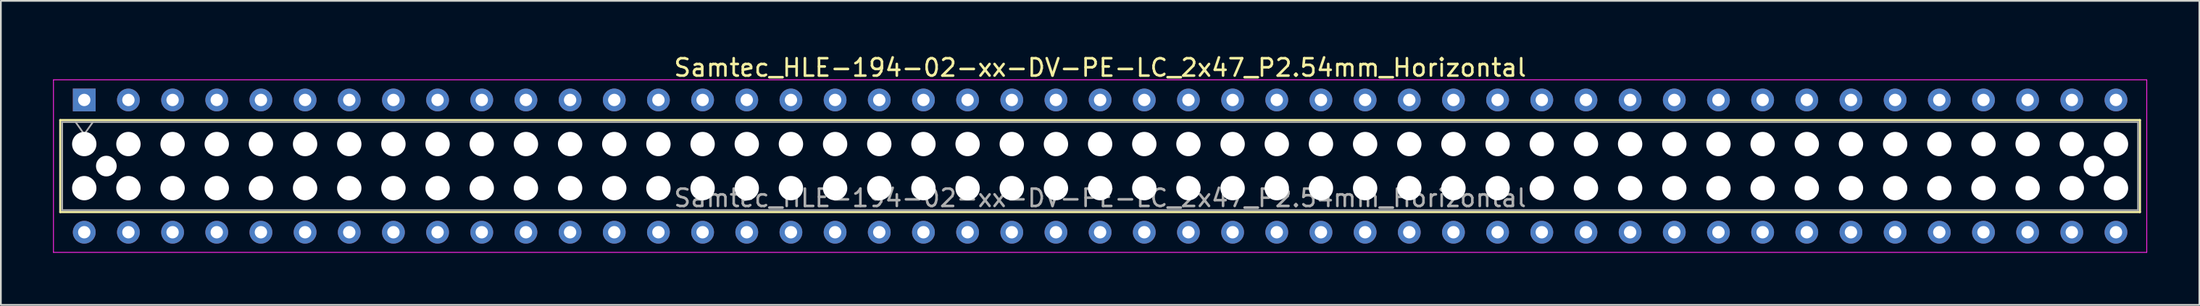
<source format=kicad_pcb>
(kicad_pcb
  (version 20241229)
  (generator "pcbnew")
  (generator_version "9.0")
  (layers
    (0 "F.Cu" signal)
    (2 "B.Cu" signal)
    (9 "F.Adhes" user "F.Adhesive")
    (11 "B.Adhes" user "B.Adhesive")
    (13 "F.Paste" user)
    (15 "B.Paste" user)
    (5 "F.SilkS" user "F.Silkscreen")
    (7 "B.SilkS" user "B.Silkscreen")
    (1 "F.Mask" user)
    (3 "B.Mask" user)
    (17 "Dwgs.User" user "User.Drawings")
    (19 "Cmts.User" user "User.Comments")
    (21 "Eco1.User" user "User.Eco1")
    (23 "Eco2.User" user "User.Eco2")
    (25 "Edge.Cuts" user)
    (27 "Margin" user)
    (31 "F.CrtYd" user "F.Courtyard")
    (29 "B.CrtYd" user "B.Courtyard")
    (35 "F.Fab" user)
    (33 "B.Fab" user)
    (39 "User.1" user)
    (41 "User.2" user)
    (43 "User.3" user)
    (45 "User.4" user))
  (footprint "Samtec_HLE-194-02-xx-DV-PE-LC_2x47_P2.54mm_Horizontal"
    (layer "F.Cu")
    (at 1.795 2.708)
    (property "Reference" "Samtec_HLE-194-02-xx-DV-PE-LC_2x47_P2.54mm_Horizontal" (at 58.42 -1.86 0) (layer "F.SilkS") (effects (font (size 1 1) (thickness 0.15))))
    (attr through_hole)
    (fp_line (start -1.38 1.16) (end 118.22 1.16) (stroke (width 0.12) (type solid)) (layer "F.SilkS"))
    (fp_line (start -1.38 6.46) (end -1.38 1.16) (stroke (width 0.12) (type solid)) (layer "F.SilkS"))
    (fp_line (start 118.22 1.16) (end 118.22 6.46) (stroke (width 0.12) (type solid)) (layer "F.SilkS"))
    (fp_line (start 118.22 6.46) (end -1.38 6.46) (stroke (width 0.12) (type solid)) (layer "F.SilkS"))
    (fp_line (start -1.77 -1.16) (end 118.61 -1.16) (stroke (width 0.05) (type solid)) (layer "F.CrtYd"))
    (fp_line (start -1.77 8.78) (end -1.77 -1.16) (stroke (width 0.05) (type solid)) (layer "F.CrtYd"))
    (fp_line (start 118.61 -1.16) (end 118.61 8.78) (stroke (width 0.05) (type solid)) (layer "F.CrtYd"))
    (fp_line (start 118.61 8.78) (end -1.77 8.78) (stroke (width 0.05) (type solid)) (layer "F.CrtYd"))
    (fp_line (start -1.27 1.27) (end 118.11 1.27) (stroke (width 0.1) (type solid)) (layer "F.Fab"))
    (fp_line (start -1.27 6.35) (end -1.27 1.27) (stroke (width 0.1) (type solid)) (layer "F.Fab"))
    (fp_line (start -0.5 1.27) (end 0 1.977) (stroke (width 0.1) (type solid)) (layer "F.Fab"))
    (fp_line (start 0 1.977) (end 0.5 1.27) (stroke (width 0.1) (type solid)) (layer "F.Fab"))
    (fp_line (start 118.11 1.27) (end 118.11 6.35) (stroke (width 0.1) (type solid)) (layer "F.Fab"))
    (fp_line (start 118.11 6.35) (end -1.27 6.35) (stroke (width 0.1) (type solid)) (layer "F.Fab"))
    (fp_text user "${REFERENCE}" (at 58.42 5.65 0) (layer "F.Fab") (effects (font (size 1 1) (thickness 0.15))))
    (pad "" np_thru_hole circle (at 0 2.54) (size 1.4 1.4) (drill 1.4) (layers "*.Cu" "*.Mask"))
    (pad "" np_thru_hole circle (at 0 5.08) (size 1.4 1.4) (drill 1.4) (layers "*.Cu" "*.Mask"))
    (pad "" np_thru_hole circle (at 1.27 3.81) (size 1.19 1.19) (drill 1.19) (layers "*.Cu" "*.Mask"))
    (pad "" np_thru_hole circle (at 2.54 2.54) (size 1.4 1.4) (drill 1.4) (layers "*.Cu" "*.Mask"))
    (pad "" np_thru_hole circle (at 2.54 5.08) (size 1.4 1.4) (drill 1.4) (layers "*.Cu" "*.Mask"))
    (pad "" np_thru_hole circle (at 5.08 2.54) (size 1.4 1.4) (drill 1.4) (layers "*.Cu" "*.Mask"))
    (pad "" np_thru_hole circle (at 5.08 5.08) (size 1.4 1.4) (drill 1.4) (layers "*.Cu" "*.Mask"))
    (pad "" np_thru_hole circle (at 7.62 2.54) (size 1.4 1.4) (drill 1.4) (layers "*.Cu" "*.Mask"))
    (pad "" np_thru_hole circle (at 7.62 5.08) (size 1.4 1.4) (drill 1.4) (layers "*.Cu" "*.Mask"))
    (pad "" np_thru_hole circle (at 10.16 2.54) (size 1.4 1.4) (drill 1.4) (layers "*.Cu" "*.Mask"))
    (pad "" np_thru_hole circle (at 10.16 5.08) (size 1.4 1.4) (drill 1.4) (layers "*.Cu" "*.Mask"))
    (pad "" np_thru_hole circle (at 12.7 2.54) (size 1.4 1.4) (drill 1.4) (layers "*.Cu" "*.Mask"))
    (pad "" np_thru_hole circle (at 12.7 5.08) (size 1.4 1.4) (drill 1.4) (layers "*.Cu" "*.Mask"))
    (pad "" np_thru_hole circle (at 15.24 2.54) (size 1.4 1.4) (drill 1.4) (layers "*.Cu" "*.Mask"))
    (pad "" np_thru_hole circle (at 15.24 5.08) (size 1.4 1.4) (drill 1.4) (layers "*.Cu" "*.Mask"))
    (pad "" np_thru_hole circle (at 17.78 2.54) (size 1.4 1.4) (drill 1.4) (layers "*.Cu" "*.Mask"))
    (pad "" np_thru_hole circle (at 17.78 5.08) (size 1.4 1.4) (drill 1.4) (layers "*.Cu" "*.Mask"))
    (pad "" np_thru_hole circle (at 20.32 2.54) (size 1.4 1.4) (drill 1.4) (layers "*.Cu" "*.Mask"))
    (pad "" np_thru_hole circle (at 20.32 5.08) (size 1.4 1.4) (drill 1.4) (layers "*.Cu" "*.Mask"))
    (pad "" np_thru_hole circle (at 22.86 2.54) (size 1.4 1.4) (drill 1.4) (layers "*.Cu" "*.Mask"))
    (pad "" np_thru_hole circle (at 22.86 5.08) (size 1.4 1.4) (drill 1.4) (layers "*.Cu" "*.Mask"))
    (pad "" np_thru_hole circle (at 25.4 2.54) (size 1.4 1.4) (drill 1.4) (layers "*.Cu" "*.Mask"))
    (pad "" np_thru_hole circle (at 25.4 5.08) (size 1.4 1.4) (drill 1.4) (layers "*.Cu" "*.Mask"))
    (pad "" np_thru_hole circle (at 27.94 2.54) (size 1.4 1.4) (drill 1.4) (layers "*.Cu" "*.Mask"))
    (pad "" np_thru_hole circle (at 27.94 5.08) (size 1.4 1.4) (drill 1.4) (layers "*.Cu" "*.Mask"))
    (pad "" np_thru_hole circle (at 30.48 2.54) (size 1.4 1.4) (drill 1.4) (layers "*.Cu" "*.Mask"))
    (pad "" np_thru_hole circle (at 30.48 5.08) (size 1.4 1.4) (drill 1.4) (layers "*.Cu" "*.Mask"))
    (pad "" np_thru_hole circle (at 33.02 2.54) (size 1.4 1.4) (drill 1.4) (layers "*.Cu" "*.Mask"))
    (pad "" np_thru_hole circle (at 33.02 5.08) (size 1.4 1.4) (drill 1.4) (layers "*.Cu" "*.Mask"))
    (pad "" np_thru_hole circle (at 35.56 2.54) (size 1.4 1.4) (drill 1.4) (layers "*.Cu" "*.Mask"))
    (pad "" np_thru_hole circle (at 35.56 5.08) (size 1.4 1.4) (drill 1.4) (layers "*.Cu" "*.Mask"))
    (pad "" np_thru_hole circle (at 38.1 2.54) (size 1.4 1.4) (drill 1.4) (layers "*.Cu" "*.Mask"))
    (pad "" np_thru_hole circle (at 38.1 5.08) (size 1.4 1.4) (drill 1.4) (layers "*.Cu" "*.Mask"))
    (pad "" np_thru_hole circle (at 40.64 2.54) (size 1.4 1.4) (drill 1.4) (layers "*.Cu" "*.Mask"))
    (pad "" np_thru_hole circle (at 40.64 5.08) (size 1.4 1.4) (drill 1.4) (layers "*.Cu" "*.Mask"))
    (pad "" np_thru_hole circle (at 43.18 2.54) (size 1.4 1.4) (drill 1.4) (layers "*.Cu" "*.Mask"))
    (pad "" np_thru_hole circle (at 43.18 5.08) (size 1.4 1.4) (drill 1.4) (layers "*.Cu" "*.Mask"))
    (pad "" np_thru_hole circle (at 45.72 2.54) (size 1.4 1.4) (drill 1.4) (layers "*.Cu" "*.Mask"))
    (pad "" np_thru_hole circle (at 45.72 5.08) (size 1.4 1.4) (drill 1.4) (layers "*.Cu" "*.Mask"))
    (pad "" np_thru_hole circle (at 48.26 2.54) (size 1.4 1.4) (drill 1.4) (layers "*.Cu" "*.Mask"))
    (pad "" np_thru_hole circle (at 48.26 5.08) (size 1.4 1.4) (drill 1.4) (layers "*.Cu" "*.Mask"))
    (pad "" np_thru_hole circle (at 50.8 2.54) (size 1.4 1.4) (drill 1.4) (layers "*.Cu" "*.Mask"))
    (pad "" np_thru_hole circle (at 50.8 5.08) (size 1.4 1.4) (drill 1.4) (layers "*.Cu" "*.Mask"))
    (pad "" np_thru_hole circle (at 53.34 2.54) (size 1.4 1.4) (drill 1.4) (layers "*.Cu" "*.Mask"))
    (pad "" np_thru_hole circle (at 53.34 5.08) (size 1.4 1.4) (drill 1.4) (layers "*.Cu" "*.Mask"))
    (pad "" np_thru_hole circle (at 55.88 2.54) (size 1.4 1.4) (drill 1.4) (layers "*.Cu" "*.Mask"))
    (pad "" np_thru_hole circle (at 55.88 5.08) (size 1.4 1.4) (drill 1.4) (layers "*.Cu" "*.Mask"))
    (pad "" np_thru_hole circle (at 58.42 2.54) (size 1.4 1.4) (drill 1.4) (layers "*.Cu" "*.Mask"))
    (pad "" np_thru_hole circle (at 58.42 5.08) (size 1.4 1.4) (drill 1.4) (layers "*.Cu" "*.Mask"))
    (pad "" np_thru_hole circle (at 60.96 2.54) (size 1.4 1.4) (drill 1.4) (layers "*.Cu" "*.Mask"))
    (pad "" np_thru_hole circle (at 60.96 5.08) (size 1.4 1.4) (drill 1.4) (layers "*.Cu" "*.Mask"))
    (pad "" np_thru_hole circle (at 63.5 2.54) (size 1.4 1.4) (drill 1.4) (layers "*.Cu" "*.Mask"))
    (pad "" np_thru_hole circle (at 63.5 5.08) (size 1.4 1.4) (drill 1.4) (layers "*.Cu" "*.Mask"))
    (pad "" np_thru_hole circle (at 66.04 2.54) (size 1.4 1.4) (drill 1.4) (layers "*.Cu" "*.Mask"))
    (pad "" np_thru_hole circle (at 66.04 5.08) (size 1.4 1.4) (drill 1.4) (layers "*.Cu" "*.Mask"))
    (pad "" np_thru_hole circle (at 68.58 2.54) (size 1.4 1.4) (drill 1.4) (layers "*.Cu" "*.Mask"))
    (pad "" np_thru_hole circle (at 68.58 5.08) (size 1.4 1.4) (drill 1.4) (layers "*.Cu" "*.Mask"))
    (pad "" np_thru_hole circle (at 71.12 2.54) (size 1.4 1.4) (drill 1.4) (layers "*.Cu" "*.Mask"))
    (pad "" np_thru_hole circle (at 71.12 5.08) (size 1.4 1.4) (drill 1.4) (layers "*.Cu" "*.Mask"))
    (pad "" np_thru_hole circle (at 73.66 2.54) (size 1.4 1.4) (drill 1.4) (layers "*.Cu" "*.Mask"))
    (pad "" np_thru_hole circle (at 73.66 5.08) (size 1.4 1.4) (drill 1.4) (layers "*.Cu" "*.Mask"))
    (pad "" np_thru_hole circle (at 76.2 2.54) (size 1.4 1.4) (drill 1.4) (layers "*.Cu" "*.Mask"))
    (pad "" np_thru_hole circle (at 76.2 5.08) (size 1.4 1.4) (drill 1.4) (layers "*.Cu" "*.Mask"))
    (pad "" np_thru_hole circle (at 78.74 2.54) (size 1.4 1.4) (drill 1.4) (layers "*.Cu" "*.Mask"))
    (pad "" np_thru_hole circle (at 78.74 5.08) (size 1.4 1.4) (drill 1.4) (layers "*.Cu" "*.Mask"))
    (pad "" np_thru_hole circle (at 81.28 2.54) (size 1.4 1.4) (drill 1.4) (layers "*.Cu" "*.Mask"))
    (pad "" np_thru_hole circle (at 81.28 5.08) (size 1.4 1.4) (drill 1.4) (layers "*.Cu" "*.Mask"))
    (pad "" np_thru_hole circle (at 83.82 2.54) (size 1.4 1.4) (drill 1.4) (layers "*.Cu" "*.Mask"))
    (pad "" np_thru_hole circle (at 83.82 5.08) (size 1.4 1.4) (drill 1.4) (layers "*.Cu" "*.Mask"))
    (pad "" np_thru_hole circle (at 86.36 2.54) (size 1.4 1.4) (drill 1.4) (layers "*.Cu" "*.Mask"))
    (pad "" np_thru_hole circle (at 86.36 5.08) (size 1.4 1.4) (drill 1.4) (layers "*.Cu" "*.Mask"))
    (pad "" np_thru_hole circle (at 88.9 2.54) (size 1.4 1.4) (drill 1.4) (layers "*.Cu" "*.Mask"))
    (pad "" np_thru_hole circle (at 88.9 5.08) (size 1.4 1.4) (drill 1.4) (layers "*.Cu" "*.Mask"))
    (pad "" np_thru_hole circle (at 91.44 2.54) (size 1.4 1.4) (drill 1.4) (layers "*.Cu" "*.Mask"))
    (pad "" np_thru_hole circle (at 91.44 5.08) (size 1.4 1.4) (drill 1.4) (layers "*.Cu" "*.Mask"))
    (pad "" np_thru_hole circle (at 93.98 2.54) (size 1.4 1.4) (drill 1.4) (layers "*.Cu" "*.Mask"))
    (pad "" np_thru_hole circle (at 93.98 5.08) (size 1.4 1.4) (drill 1.4) (layers "*.Cu" "*.Mask"))
    (pad "" np_thru_hole circle (at 96.52 2.54) (size 1.4 1.4) (drill 1.4) (layers "*.Cu" "*.Mask"))
    (pad "" np_thru_hole circle (at 96.52 5.08) (size 1.4 1.4) (drill 1.4) (layers "*.Cu" "*.Mask"))
    (pad "" np_thru_hole circle (at 99.06 2.54) (size 1.4 1.4) (drill 1.4) (layers "*.Cu" "*.Mask"))
    (pad "" np_thru_hole circle (at 99.06 5.08) (size 1.4 1.4) (drill 1.4) (layers "*.Cu" "*.Mask"))
    (pad "" np_thru_hole circle (at 101.6 2.54) (size 1.4 1.4) (drill 1.4) (layers "*.Cu" "*.Mask"))
    (pad "" np_thru_hole circle (at 101.6 5.08) (size 1.4 1.4) (drill 1.4) (layers "*.Cu" "*.Mask"))
    (pad "" np_thru_hole circle (at 104.14 2.54) (size 1.4 1.4) (drill 1.4) (layers "*.Cu" "*.Mask"))
    (pad "" np_thru_hole circle (at 104.14 5.08) (size 1.4 1.4) (drill 1.4) (layers "*.Cu" "*.Mask"))
    (pad "" np_thru_hole circle (at 106.68 2.54) (size 1.4 1.4) (drill 1.4) (layers "*.Cu" "*.Mask"))
    (pad "" np_thru_hole circle (at 106.68 5.08) (size 1.4 1.4) (drill 1.4) (layers "*.Cu" "*.Mask"))
    (pad "" np_thru_hole circle (at 109.22 2.54) (size 1.4 1.4) (drill 1.4) (layers "*.Cu" "*.Mask"))
    (pad "" np_thru_hole circle (at 109.22 5.08) (size 1.4 1.4) (drill 1.4) (layers "*.Cu" "*.Mask"))
    (pad "" np_thru_hole circle (at 111.76 2.54) (size 1.4 1.4) (drill 1.4) (layers "*.Cu" "*.Mask"))
    (pad "" np_thru_hole circle (at 111.76 5.08) (size 1.4 1.4) (drill 1.4) (layers "*.Cu" "*.Mask"))
    (pad "" np_thru_hole circle (at 114.3 2.54) (size 1.4 1.4) (drill 1.4) (layers "*.Cu" "*.Mask"))
    (pad "" np_thru_hole circle (at 114.3 5.08) (size 1.4 1.4) (drill 1.4) (layers "*.Cu" "*.Mask"))
    (pad "" np_thru_hole circle (at 115.57 3.81) (size 1.19 1.19) (drill 1.19) (layers "*.Cu" "*.Mask"))
    (pad "" np_thru_hole circle (at 116.84 2.54) (size 1.4 1.4) (drill 1.4) (layers "*.Cu" "*.Mask"))
    (pad "" np_thru_hole circle (at 116.84 5.08) (size 1.4 1.4) (drill 1.4) (layers "*.Cu" "*.Mask"))
    (pad "1" thru_hole rect (at 0 0) (size 1.31 1.31) (drill 0.71) (layers "*.Cu" "*.Mask"))
    (pad "2" thru_hole circle (at 0 7.62) (size 1.31 1.31) (drill 0.71) (layers "*.Cu" "*.Mask"))
    (pad "3" thru_hole circle (at 2.54 0) (size 1.31 1.31) (drill 0.71) (layers "*.Cu" "*.Mask"))
    (pad "4" thru_hole circle (at 2.54 7.62) (size 1.31 1.31) (drill 0.71) (layers "*.Cu" "*.Mask"))
    (pad "5" thru_hole circle (at 5.08 0) (size 1.31 1.31) (drill 0.71) (layers "*.Cu" "*.Mask"))
    (pad "6" thru_hole circle (at 5.08 7.62) (size 1.31 1.31) (drill 0.71) (layers "*.Cu" "*.Mask"))
    (pad "7" thru_hole circle (at 7.62 0) (size 1.31 1.31) (drill 0.71) (layers "*.Cu" "*.Mask"))
    (pad "8" thru_hole circle (at 7.62 7.62) (size 1.31 1.31) (drill 0.71) (layers "*.Cu" "*.Mask"))
    (pad "9" thru_hole circle (at 10.16 0) (size 1.31 1.31) (drill 0.71) (layers "*.Cu" "*.Mask"))
    (pad "10" thru_hole circle (at 10.16 7.62) (size 1.31 1.31) (drill 0.71) (layers "*.Cu" "*.Mask"))
    (pad "11" thru_hole circle (at 12.7 0) (size 1.31 1.31) (drill 0.71) (layers "*.Cu" "*.Mask"))
    (pad "12" thru_hole circle (at 12.7 7.62) (size 1.31 1.31) (drill 0.71) (layers "*.Cu" "*.Mask"))
    (pad "13" thru_hole circle (at 15.24 0) (size 1.31 1.31) (drill 0.71) (layers "*.Cu" "*.Mask"))
    (pad "14" thru_hole circle (at 15.24 7.62) (size 1.31 1.31) (drill 0.71) (layers "*.Cu" "*.Mask"))
    (pad "15" thru_hole circle (at 17.78 0) (size 1.31 1.31) (drill 0.71) (layers "*.Cu" "*.Mask"))
    (pad "16" thru_hole circle (at 17.78 7.62) (size 1.31 1.31) (drill 0.71) (layers "*.Cu" "*.Mask"))
    (pad "17" thru_hole circle (at 20.32 0) (size 1.31 1.31) (drill 0.71) (layers "*.Cu" "*.Mask"))
    (pad "18" thru_hole circle (at 20.32 7.62) (size 1.31 1.31) (drill 0.71) (layers "*.Cu" "*.Mask"))
    (pad "19" thru_hole circle (at 22.86 0) (size 1.31 1.31) (drill 0.71) (layers "*.Cu" "*.Mask"))
    (pad "20" thru_hole circle (at 22.86 7.62) (size 1.31 1.31) (drill 0.71) (layers "*.Cu" "*.Mask"))
    (pad "21" thru_hole circle (at 25.4 0) (size 1.31 1.31) (drill 0.71) (layers "*.Cu" "*.Mask"))
    (pad "22" thru_hole circle (at 25.4 7.62) (size 1.31 1.31) (drill 0.71) (layers "*.Cu" "*.Mask"))
    (pad "23" thru_hole circle (at 27.94 0) (size 1.31 1.31) (drill 0.71) (layers "*.Cu" "*.Mask"))
    (pad "24" thru_hole circle (at 27.94 7.62) (size 1.31 1.31) (drill 0.71) (layers "*.Cu" "*.Mask"))
    (pad "25" thru_hole circle (at 30.48 0) (size 1.31 1.31) (drill 0.71) (layers "*.Cu" "*.Mask"))
    (pad "26" thru_hole circle (at 30.48 7.62) (size 1.31 1.31) (drill 0.71) (layers "*.Cu" "*.Mask"))
    (pad "27" thru_hole circle (at 33.02 0) (size 1.31 1.31) (drill 0.71) (layers "*.Cu" "*.Mask"))
    (pad "28" thru_hole circle (at 33.02 7.62) (size 1.31 1.31) (drill 0.71) (layers "*.Cu" "*.Mask"))
    (pad "29" thru_hole circle (at 35.56 0) (size 1.31 1.31) (drill 0.71) (layers "*.Cu" "*.Mask"))
    (pad "30" thru_hole circle (at 35.56 7.62) (size 1.31 1.31) (drill 0.71) (layers "*.Cu" "*.Mask"))
    (pad "31" thru_hole circle (at 38.1 0) (size 1.31 1.31) (drill 0.71) (layers "*.Cu" "*.Mask"))
    (pad "32" thru_hole circle (at 38.1 7.62) (size 1.31 1.31) (drill 0.71) (layers "*.Cu" "*.Mask"))
    (pad "33" thru_hole circle (at 40.64 0) (size 1.31 1.31) (drill 0.71) (layers "*.Cu" "*.Mask"))
    (pad "34" thru_hole circle (at 40.64 7.62) (size 1.31 1.31) (drill 0.71) (layers "*.Cu" "*.Mask"))
    (pad "35" thru_hole circle (at 43.18 0) (size 1.31 1.31) (drill 0.71) (layers "*.Cu" "*.Mask"))
    (pad "36" thru_hole circle (at 43.18 7.62) (size 1.31 1.31) (drill 0.71) (layers "*.Cu" "*.Mask"))
    (pad "37" thru_hole circle (at 45.72 0) (size 1.31 1.31) (drill 0.71) (layers "*.Cu" "*.Mask"))
    (pad "38" thru_hole circle (at 45.72 7.62) (size 1.31 1.31) (drill 0.71) (layers "*.Cu" "*.Mask"))
    (pad "39" thru_hole circle (at 48.26 0) (size 1.31 1.31) (drill 0.71) (layers "*.Cu" "*.Mask"))
    (pad "40" thru_hole circle (at 48.26 7.62) (size 1.31 1.31) (drill 0.71) (layers "*.Cu" "*.Mask"))
    (pad "41" thru_hole circle (at 50.8 0) (size 1.31 1.31) (drill 0.71) (layers "*.Cu" "*.Mask"))
    (pad "42" thru_hole circle (at 50.8 7.62) (size 1.31 1.31) (drill 0.71) (layers "*.Cu" "*.Mask"))
    (pad "43" thru_hole circle (at 53.34 0) (size 1.31 1.31) (drill 0.71) (layers "*.Cu" "*.Mask"))
    (pad "44" thru_hole circle (at 53.34 7.62) (size 1.31 1.31) (drill 0.71) (layers "*.Cu" "*.Mask"))
    (pad "45" thru_hole circle (at 55.88 0) (size 1.31 1.31) (drill 0.71) (layers "*.Cu" "*.Mask"))
    (pad "46" thru_hole circle (at 55.88 7.62) (size 1.31 1.31) (drill 0.71) (layers "*.Cu" "*.Mask"))
    (pad "47" thru_hole circle (at 58.42 0) (size 1.31 1.31) (drill 0.71) (layers "*.Cu" "*.Mask"))
    (pad "48" thru_hole circle (at 58.42 7.62) (size 1.31 1.31) (drill 0.71) (layers "*.Cu" "*.Mask"))
    (pad "49" thru_hole circle (at 60.96 0) (size 1.31 1.31) (drill 0.71) (layers "*.Cu" "*.Mask"))
    (pad "50" thru_hole circle (at 60.96 7.62) (size 1.31 1.31) (drill 0.71) (layers "*.Cu" "*.Mask"))
    (pad "51" thru_hole circle (at 63.5 0) (size 1.31 1.31) (drill 0.71) (layers "*.Cu" "*.Mask"))
    (pad "52" thru_hole circle (at 63.5 7.62) (size 1.31 1.31) (drill 0.71) (layers "*.Cu" "*.Mask"))
    (pad "53" thru_hole circle (at 66.04 0) (size 1.31 1.31) (drill 0.71) (layers "*.Cu" "*.Mask"))
    (pad "54" thru_hole circle (at 66.04 7.62) (size 1.31 1.31) (drill 0.71) (layers "*.Cu" "*.Mask"))
    (pad "55" thru_hole circle (at 68.58 0) (size 1.31 1.31) (drill 0.71) (layers "*.Cu" "*.Mask"))
    (pad "56" thru_hole circle (at 68.58 7.62) (size 1.31 1.31) (drill 0.71) (layers "*.Cu" "*.Mask"))
    (pad "57" thru_hole circle (at 71.12 0) (size 1.31 1.31) (drill 0.71) (layers "*.Cu" "*.Mask"))
    (pad "58" thru_hole circle (at 71.12 7.62) (size 1.31 1.31) (drill 0.71) (layers "*.Cu" "*.Mask"))
    (pad "59" thru_hole circle (at 73.66 0) (size 1.31 1.31) (drill 0.71) (layers "*.Cu" "*.Mask"))
    (pad "60" thru_hole circle (at 73.66 7.62) (size 1.31 1.31) (drill 0.71) (layers "*.Cu" "*.Mask"))
    (pad "61" thru_hole circle (at 76.2 0) (size 1.31 1.31) (drill 0.71) (layers "*.Cu" "*.Mask"))
    (pad "62" thru_hole circle (at 76.2 7.62) (size 1.31 1.31) (drill 0.71) (layers "*.Cu" "*.Mask"))
    (pad "63" thru_hole circle (at 78.74 0) (size 1.31 1.31) (drill 0.71) (layers "*.Cu" "*.Mask"))
    (pad "64" thru_hole circle (at 78.74 7.62) (size 1.31 1.31) (drill 0.71) (layers "*.Cu" "*.Mask"))
    (pad "65" thru_hole circle (at 81.28 0) (size 1.31 1.31) (drill 0.71) (layers "*.Cu" "*.Mask"))
    (pad "66" thru_hole circle (at 81.28 7.62) (size 1.31 1.31) (drill 0.71) (layers "*.Cu" "*.Mask"))
    (pad "67" thru_hole circle (at 83.82 0) (size 1.31 1.31) (drill 0.71) (layers "*.Cu" "*.Mask"))
    (pad "68" thru_hole circle (at 83.82 7.62) (size 1.31 1.31) (drill 0.71) (layers "*.Cu" "*.Mask"))
    (pad "69" thru_hole circle (at 86.36 0) (size 1.31 1.31) (drill 0.71) (layers "*.Cu" "*.Mask"))
    (pad "70" thru_hole circle (at 86.36 7.62) (size 1.31 1.31) (drill 0.71) (layers "*.Cu" "*.Mask"))
    (pad "71" thru_hole circle (at 88.9 0) (size 1.31 1.31) (drill 0.71) (layers "*.Cu" "*.Mask"))
    (pad "72" thru_hole circle (at 88.9 7.62) (size 1.31 1.31) (drill 0.71) (layers "*.Cu" "*.Mask"))
    (pad "73" thru_hole circle (at 91.44 0) (size 1.31 1.31) (drill 0.71) (layers "*.Cu" "*.Mask"))
    (pad "74" thru_hole circle (at 91.44 7.62) (size 1.31 1.31) (drill 0.71) (layers "*.Cu" "*.Mask"))
    (pad "75" thru_hole circle (at 93.98 0) (size 1.31 1.31) (drill 0.71) (layers "*.Cu" "*.Mask"))
    (pad "76" thru_hole circle (at 93.98 7.62) (size 1.31 1.31) (drill 0.71) (layers "*.Cu" "*.Mask"))
    (pad "77" thru_hole circle (at 96.52 0) (size 1.31 1.31) (drill 0.71) (layers "*.Cu" "*.Mask"))
    (pad "78" thru_hole circle (at 96.52 7.62) (size 1.31 1.31) (drill 0.71) (layers "*.Cu" "*.Mask"))
    (pad "79" thru_hole circle (at 99.06 0) (size 1.31 1.31) (drill 0.71) (layers "*.Cu" "*.Mask"))
    (pad "80" thru_hole circle (at 99.06 7.62) (size 1.31 1.31) (drill 0.71) (layers "*.Cu" "*.Mask"))
    (pad "81" thru_hole circle (at 101.6 0) (size 1.31 1.31) (drill 0.71) (layers "*.Cu" "*.Mask"))
    (pad "82" thru_hole circle (at 101.6 7.62) (size 1.31 1.31) (drill 0.71) (layers "*.Cu" "*.Mask"))
    (pad "83" thru_hole circle (at 104.14 0) (size 1.31 1.31) (drill 0.71) (layers "*.Cu" "*.Mask"))
    (pad "84" thru_hole circle (at 104.14 7.62) (size 1.31 1.31) (drill 0.71) (layers "*.Cu" "*.Mask"))
    (pad "85" thru_hole circle (at 106.68 0) (size 1.31 1.31) (drill 0.71) (layers "*.Cu" "*.Mask"))
    (pad "86" thru_hole circle (at 106.68 7.62) (size 1.31 1.31) (drill 0.71) (layers "*.Cu" "*.Mask"))
    (pad "87" thru_hole circle (at 109.22 0) (size 1.31 1.31) (drill 0.71) (layers "*.Cu" "*.Mask"))
    (pad "88" thru_hole circle (at 109.22 7.62) (size 1.31 1.31) (drill 0.71) (layers "*.Cu" "*.Mask"))
    (pad "89" thru_hole circle (at 111.76 0) (size 1.31 1.31) (drill 0.71) (layers "*.Cu" "*.Mask"))
    (pad "90" thru_hole circle (at 111.76 7.62) (size 1.31 1.31) (drill 0.71) (layers "*.Cu" "*.Mask"))
    (pad "91" thru_hole circle (at 114.3 0) (size 1.31 1.31) (drill 0.71) (layers "*.Cu" "*.Mask"))
    (pad "92" thru_hole circle (at 114.3 7.62) (size 1.31 1.31) (drill 0.71) (layers "*.Cu" "*.Mask"))
    (pad "93" thru_hole circle (at 116.84 0) (size 1.31 1.31) (drill 0.71) (layers "*.Cu" "*.Mask"))
    (pad "94" thru_hole circle (at 116.84 7.62) (size 1.31 1.31) (drill 0.71) (layers "*.Cu" "*.Mask")))
  (gr_rect
    (start -3 -3)
    (end 123.43 14.513)
    (stroke (width 0.1) (type default))
    (fill no)
    (layer "Edge.Cuts")))
</source>
